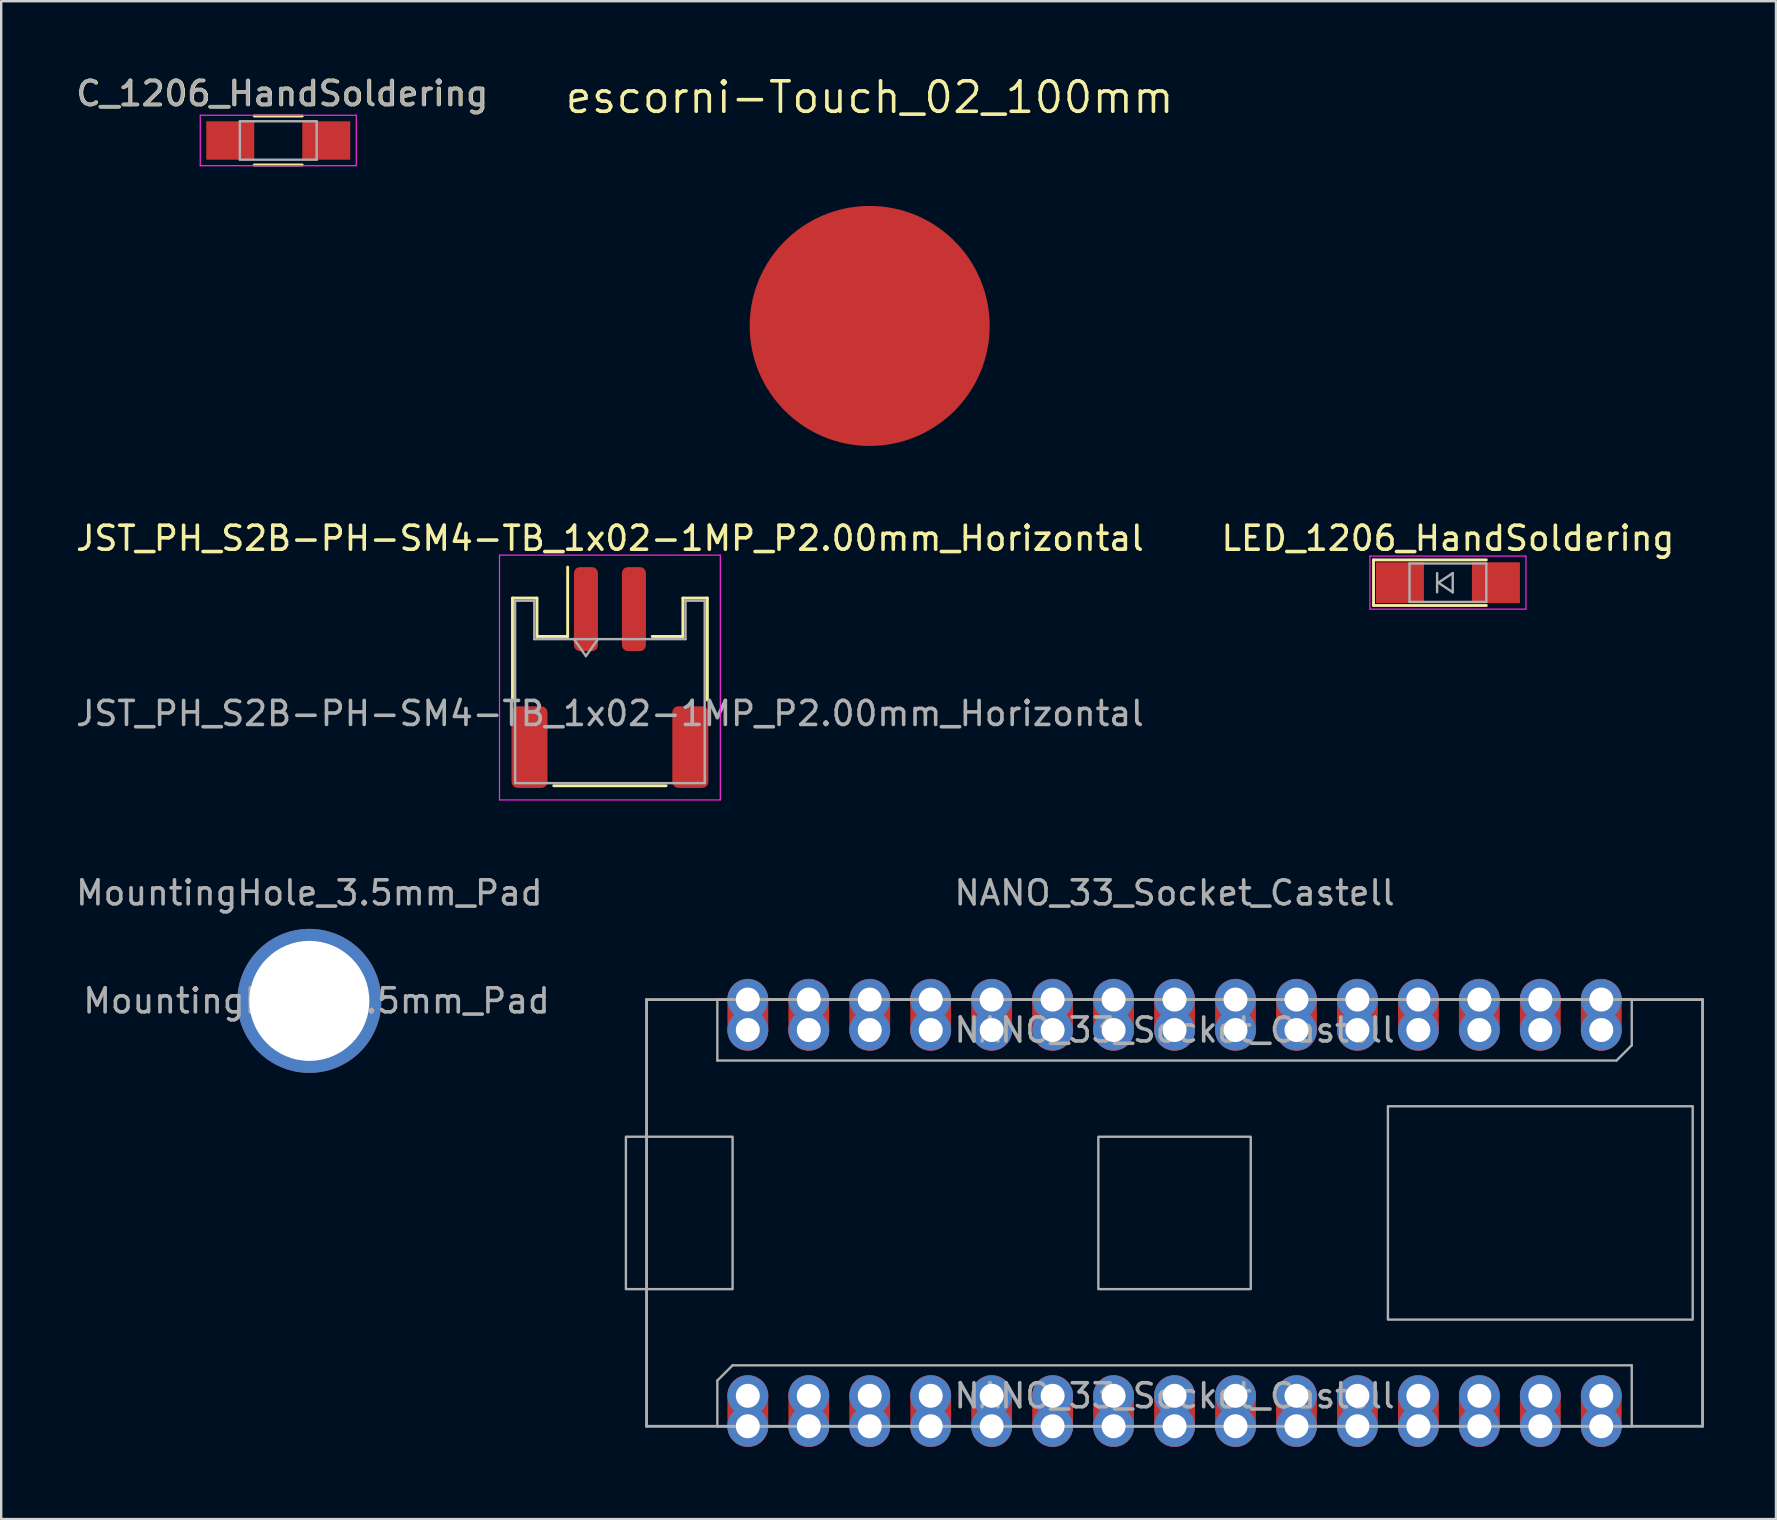
<source format=kicad_pcb>
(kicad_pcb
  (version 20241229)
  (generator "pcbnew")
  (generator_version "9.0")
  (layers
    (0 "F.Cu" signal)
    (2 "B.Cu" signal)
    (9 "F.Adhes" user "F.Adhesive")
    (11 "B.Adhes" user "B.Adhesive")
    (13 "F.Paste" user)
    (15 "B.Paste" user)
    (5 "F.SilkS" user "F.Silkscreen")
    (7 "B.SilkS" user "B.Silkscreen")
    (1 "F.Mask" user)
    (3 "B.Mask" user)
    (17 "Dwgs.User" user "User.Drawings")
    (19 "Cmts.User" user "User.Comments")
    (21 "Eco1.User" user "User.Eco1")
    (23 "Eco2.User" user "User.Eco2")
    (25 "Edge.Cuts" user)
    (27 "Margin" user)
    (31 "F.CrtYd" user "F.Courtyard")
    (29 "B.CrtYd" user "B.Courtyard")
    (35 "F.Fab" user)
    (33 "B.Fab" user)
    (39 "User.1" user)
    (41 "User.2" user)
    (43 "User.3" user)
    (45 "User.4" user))
  (footprint "MountingHole_3.5mm_Pad"
    (layer "F.Cu")
    (at 9.839 38.653)
    (property "Reference" "MountingHole_3.5mm_Pad" (at 0 -4.5 0) (layer "F.Fab") (effects (font (size 1 1) (thickness 0.15))))
    (attr exclude_from_pos_files exclude_from_bom)
    (fp_text user "${REFERENCE}" (at 0.3 0 0) (layer "F.Fab") (effects (font (size 1 1) (thickness 0.15))))
    (pad "1" thru_hole circle (at 0 0) (size 6 6) (drill 5) (layers "*.Cu" "*.Mask")))
  (footprint "C_1206_HandSoldering"
    (layer "F.Cu")
    (at 8.544 2.804)
    (property "Reference" "C_1206_HandSoldering" (at 0.178 -1.956 180) (layer "F.SilkS") (effects (font (size 1 1) (thickness 0.15))))
    (attr smd)
    (fp_line (start -1 1.02) (end 1 1.02) (stroke (width 0.12) (type solid)) (layer "F.SilkS"))
    (fp_line (start 1 -1.02) (end -1 -1.02) (stroke (width 0.12) (type solid)) (layer "F.SilkS"))
    (fp_line (start -3.25 -1.05) (end -3.25 1.05) (stroke (width 0.05) (type solid)) (layer "F.CrtYd"))
    (fp_line (start -3.25 -1.05) (end 3.25 -1.05) (stroke (width 0.05) (type solid)) (layer "F.CrtYd"))
    (fp_line (start 3.25 1.05) (end -3.25 1.05) (stroke (width 0.05) (type solid)) (layer "F.CrtYd"))
    (fp_line (start 3.25 1.05) (end 3.25 -1.05) (stroke (width 0.05) (type solid)) (layer "F.CrtYd"))
    (fp_line (start -1.6 -0.8) (end 1.6 -0.8) (stroke (width 0.1) (type solid)) (layer "F.Fab"))
    (fp_line (start -1.6 0.8) (end -1.6 -0.8) (stroke (width 0.1) (type solid)) (layer "F.Fab"))
    (fp_line (start 1.6 -0.8) (end 1.6 0.8) (stroke (width 0.1) (type solid)) (layer "F.Fab"))
    (fp_line (start 1.6 0.8) (end -1.6 0.8) (stroke (width 0.1) (type solid)) (layer "F.Fab"))
    (fp_text user "${REFERENCE}" (at 0.152 -1.956 180) (layer "F.Fab") (effects (font (size 1 1) (thickness 0.15))))
    (pad "1" smd rect (at -2 0) (size 2 1.6) (layers "F.Cu" "F.Mask" "F.Paste"))
    (pad "2" smd rect (at 2 0) (size 2 1.6) (layers "F.Cu" "F.Mask" "F.Paste")))
  (footprint "NANO_33_Socket_Castell"
    (layer "F.Cu")
    (at 45.889 47.488)
    (property "Reference" "NANO_33_Socket_Castell" (at 0 -13.335 0) (layer "F.Fab") (effects (font (size 1 1) (thickness 0.15))))
    (attr through_hole)
    (fp_line (start -22 -8.89) (end 22 -8.89) (stroke (width 0.12) (type solid)) (layer "F.Fab"))
    (fp_line (start -22 8.89) (end -22 -8.89) (stroke (width 0.12) (type solid)) (layer "F.Fab"))
    (fp_line (start -22 8.89) (end 22 8.89) (stroke (width 0.12) (type solid)) (layer "F.Fab"))
    (fp_line (start -19.05 -8.89) (end 19.05 -8.89) (stroke (width 0.1) (type solid)) (layer "F.Fab"))
    (fp_line (start -19.05 -6.35) (end -19.05 -8.89) (stroke (width 0.1) (type solid)) (layer "F.Fab"))
    (fp_line (start -19.05 6.985) (end -18.415 6.35) (stroke (width 0.1) (type solid)) (layer "F.Fab"))
    (fp_line (start -19.05 8.89) (end -19.05 6.985) (stroke (width 0.1) (type solid)) (layer "F.Fab"))
    (fp_line (start -18.415 6.35) (end 19.05 6.35) (stroke (width 0.1) (type solid)) (layer "F.Fab"))
    (fp_line (start 18.415 -6.35) (end -19.05 -6.35) (stroke (width 0.1) (type solid)) (layer "F.Fab"))
    (fp_line (start 19.05 -8.89) (end 19.05 -6.985) (stroke (width 0.1) (type solid)) (layer "F.Fab"))
    (fp_line (start 19.05 -6.985) (end 18.415 -6.35) (stroke (width 0.1) (type solid)) (layer "F.Fab"))
    (fp_line (start 19.05 6.35) (end 19.05 8.89) (stroke (width 0.1) (type solid)) (layer "F.Fab"))
    (fp_line (start 19.05 8.89) (end -19.05 8.89) (stroke (width 0.1) (type solid)) (layer "F.Fab"))
    (fp_line (start 22 8.89) (end 22 -8.89) (stroke (width 0.12) (type solid)) (layer "F.Fab"))
    (fp_poly (pts (xy -22.86 3.175) (xy -18.415 3.175) (xy -18.415 -3.175) (xy -22.86 -3.175)) (stroke (width 0.1) (type solid)) (fill no) (layer "F.Fab"))
    (fp_poly (pts (xy -3.175 3.175) (xy 3.175 3.175) (xy 3.175 -3.175) (xy -3.175 -3.175)) (stroke (width 0.1) (type solid)) (fill no) (layer "F.Fab"))
    (fp_poly (pts (xy 8.89 4.445) (xy 21.59 4.445) (xy 21.59 -4.445) (xy 8.89 -4.445)) (stroke (width 0.1) (type solid)) (fill no) (layer "F.Fab"))
    (fp_text user "${REFERENCE}" (at 0 -7.62 0) (layer "F.Fab") (effects (font (size 1 1) (thickness 0.15))))
    (fp_text user "${REFERENCE}" (at 0 7.62 180) (layer "F.Fab") (effects (font (size 1 1) (thickness 0.15))))
    (pad "" thru_hole circle (at -17.78 -8.89 270) (size 1.7 1.7) (drill 1) (layers "*.Cu" "*.Mask"))
    (pad "" smd oval (at -17.78 -8.255 270) (size 3 1.7) (layers "F.Cu" "F.Mask"))
    (pad "" smd oval (at -17.78 8.255 90) (size 3 1.7) (layers "F.Cu" "F.Mask"))
    (pad "" thru_hole circle (at -17.78 8.89 90) (size 1.7 1.7) (drill 1) (layers "*.Cu" "*.Mask"))
    (pad "" thru_hole circle (at -15.24 -8.89 270) (size 1.7 1.7) (drill 1) (layers "*.Cu" "*.Mask"))
    (pad "" smd oval (at -15.24 -8.255 270) (size 3 1.7) (layers "F.Cu" "F.Mask"))
    (pad "" smd oval (at -15.24 8.255 90) (size 3 1.7) (layers "F.Cu" "F.Mask"))
    (pad "" thru_hole circle (at -15.24 8.89 90) (size 1.7 1.7) (drill 1) (layers "*.Cu" "*.Mask"))
    (pad "" thru_hole circle (at -12.7 -8.89 270) (size 1.7 1.7) (drill 1) (layers "*.Cu" "*.Mask"))
    (pad "" smd oval (at -12.7 -8.255 270) (size 3 1.7) (layers "F.Cu" "F.Mask"))
    (pad "" smd oval (at -12.7 8.255 90) (size 3 1.7) (layers "F.Cu" "F.Mask"))
    (pad "" thru_hole circle (at -12.7 8.89 90) (size 1.7 1.7) (drill 1) (layers "*.Cu" "*.Mask"))
    (pad "" thru_hole circle (at -10.16 -8.89 270) (size 1.7 1.7) (drill 1) (layers "*.Cu" "*.Mask"))
    (pad "" smd oval (at -10.16 -8.255 270) (size 3 1.7) (layers "F.Cu" "F.Mask"))
    (pad "" smd oval (at -10.16 8.255 90) (size 3 1.7) (layers "F.Cu" "F.Mask"))
    (pad "" thru_hole circle (at -10.16 8.89 90) (size 1.7 1.7) (drill 1) (layers "*.Cu" "*.Mask"))
    (pad "" thru_hole circle (at -7.62 -8.89 270) (size 1.7 1.7) (drill 1) (layers "*.Cu" "*.Mask"))
    (pad "" smd oval (at -7.62 -8.255 270) (size 3 1.7) (layers "F.Cu" "F.Mask"))
    (pad "" smd oval (at -7.62 8.255 90) (size 3 1.7) (layers "F.Cu" "F.Mask"))
    (pad "" thru_hole circle (at -7.62 8.89 90) (size 1.7 1.7) (drill 1) (layers "*.Cu" "*.Mask"))
    (pad "" thru_hole circle (at -5.08 -8.89 270) (size 1.7 1.7) (drill 1) (layers "*.Cu" "*.Mask"))
    (pad "" smd oval (at -5.08 -8.255 270) (size 3 1.7) (layers "F.Cu" "F.Mask"))
    (pad "" smd oval (at -5.08 8.255 90) (size 3 1.7) (layers "F.Cu" "F.Mask"))
    (pad "" thru_hole circle (at -5.08 8.89 90) (size 1.7 1.7) (drill 1) (layers "*.Cu" "*.Mask"))
    (pad "" thru_hole circle (at -2.54 -8.89 270) (size 1.7 1.7) (drill 1) (layers "*.Cu" "*.Mask"))
    (pad "" smd oval (at -2.54 -8.255 270) (size 3 1.7) (layers "F.Cu" "F.Mask"))
    (pad "" smd oval (at -2.54 8.255 90) (size 3 1.7) (layers "F.Cu" "F.Mask"))
    (pad "" thru_hole circle (at -2.54 8.89 90) (size 1.7 1.7) (drill 1) (layers "*.Cu" "*.Mask"))
    (pad "" thru_hole circle (at 0 -8.89 270) (size 1.7 1.7) (drill 1) (layers "*.Cu" "*.Mask"))
    (pad "" smd oval (at 0 -8.255 270) (size 3 1.7) (layers "F.Cu" "F.Mask"))
    (pad "" smd oval (at 0 8.255 90) (size 3 1.7) (layers "F.Cu" "F.Mask"))
    (pad "" thru_hole circle (at 0 8.89 90) (size 1.7 1.7) (drill 1) (layers "*.Cu" "*.Mask"))
    (pad "" thru_hole circle (at 2.54 -8.89 270) (size 1.7 1.7) (drill 1) (layers "*.Cu" "*.Mask"))
    (pad "" smd oval (at 2.54 -8.255 270) (size 3 1.7) (layers "F.Cu" "F.Mask"))
    (pad "" smd oval (at 2.54 8.255 90) (size 3 1.7) (layers "F.Cu" "F.Mask"))
    (pad "" thru_hole circle (at 2.54 8.89 90) (size 1.7 1.7) (drill 1) (layers "*.Cu" "*.Mask"))
    (pad "" thru_hole circle (at 5.08 -8.89 270) (size 1.7 1.7) (drill 1) (layers "*.Cu" "*.Mask"))
    (pad "" smd oval (at 5.08 -8.255 270) (size 3 1.7) (layers "F.Cu" "F.Mask"))
    (pad "" smd oval (at 5.08 8.255 90) (size 3 1.7) (layers "F.Cu" "F.Mask"))
    (pad "" thru_hole circle (at 5.08 8.89 90) (size 1.7 1.7) (drill 1) (layers "*.Cu" "*.Mask"))
    (pad "" thru_hole circle (at 7.62 -8.89 270) (size 1.7 1.7) (drill 1) (layers "*.Cu" "*.Mask"))
    (pad "" smd oval (at 7.62 -8.255 270) (size 3 1.7) (layers "F.Cu" "F.Mask"))
    (pad "" smd oval (at 7.62 8.255 90) (size 3 1.7) (layers "F.Cu" "F.Mask"))
    (pad "" thru_hole circle (at 7.62 8.89 90) (size 1.7 1.7) (drill 1) (layers "*.Cu" "*.Mask"))
    (pad "" thru_hole circle (at 10.16 -8.89 270) (size 1.7 1.7) (drill 1) (layers "*.Cu" "*.Mask"))
    (pad "" smd oval (at 10.16 -8.255 270) (size 3 1.7) (layers "F.Cu" "F.Mask"))
    (pad "" smd oval (at 10.16 8.255 90) (size 3 1.7) (layers "F.Cu" "F.Mask"))
    (pad "" thru_hole circle (at 10.16 8.89 90) (size 1.7 1.7) (drill 1) (layers "*.Cu" "*.Mask"))
    (pad "" thru_hole circle (at 12.7 -8.89 270) (size 1.7 1.7) (drill 1) (layers "*.Cu" "*.Mask"))
    (pad "" smd oval (at 12.7 -8.255 270) (size 3 1.7) (layers "F.Cu" "F.Mask"))
    (pad "" smd oval (at 12.7 8.255 90) (size 3 1.7) (layers "F.Cu" "F.Mask"))
    (pad "" thru_hole circle (at 12.7 8.89 90) (size 1.7 1.7) (drill 1) (layers "*.Cu" "*.Mask"))
    (pad "" thru_hole circle (at 15.24 -8.89 270) (size 1.7 1.7) (drill 1) (layers "*.Cu" "*.Mask"))
    (pad "" smd oval (at 15.24 -8.255 270) (size 3 1.7) (layers "F.Cu" "F.Mask"))
    (pad "" smd oval (at 15.24 8.255 90) (size 3 1.7) (layers "F.Cu" "F.Mask"))
    (pad "" thru_hole circle (at 15.24 8.89 90) (size 1.7 1.7) (drill 1) (layers "*.Cu" "*.Mask"))
    (pad "" thru_hole circle (at 17.78 -8.89 270) (size 1.7 1.7) (drill 1) (layers "*.Cu" "*.Mask"))
    (pad "" smd oval (at 17.78 -8.255 270) (size 3 1.7) (layers "F.Cu" "F.Mask"))
    (pad "" smd oval (at 17.78 8.255 90) (size 3 1.7) (layers "F.Cu" "F.Mask"))
    (pad "" thru_hole circle (at 17.78 8.89 90) (size 1.7 1.7) (drill 1) (layers "*.Cu" "*.Mask"))
    (pad "1" thru_hole circle (at -17.78 7.62 90) (size 1.7 1.7) (drill 1) (layers "*.Cu" "*.Mask"))
    (pad "1" thru_hole circle (at 17.78 -7.62 270) (size 1.7 1.7) (drill 1) (layers "*.Cu" "*.Mask"))
    (pad "2" thru_hole oval (at -15.24 7.62 90) (size 1.7 1.7) (drill 1) (layers "*.Cu" "*.Mask"))
    (pad "2" thru_hole oval (at 15.24 -7.62 270) (size 1.7 1.7) (drill 1) (layers "*.Cu" "*.Mask"))
    (pad "3" thru_hole oval (at -12.7 7.62 90) (size 1.7 1.7) (drill 1) (layers "*.Cu" "*.Mask"))
    (pad "3" thru_hole oval (at 12.7 -7.62 270) (size 1.7 1.7) (drill 1) (layers "*.Cu" "*.Mask"))
    (pad "4" thru_hole oval (at -10.16 7.62 90) (size 1.7 1.7) (drill 1) (layers "*.Cu" "*.Mask"))
    (pad "4" thru_hole oval (at 10.16 -7.62 270) (size 1.7 1.7) (drill 1) (layers "*.Cu" "*.Mask"))
    (pad "5" thru_hole oval (at -7.62 7.62 90) (size 1.7 1.7) (drill 1) (layers "*.Cu" "*.Mask"))
    (pad "5" thru_hole oval (at 7.62 -7.62 270) (size 1.7 1.7) (drill 1) (layers "*.Cu" "*.Mask"))
    (pad "6" thru_hole oval (at -5.08 7.62 90) (size 1.7 1.7) (drill 1) (layers "*.Cu" "*.Mask"))
    (pad "6" thru_hole oval (at 5.08 -7.62 270) (size 1.7 1.7) (drill 1) (layers "*.Cu" "*.Mask"))
    (pad "7" thru_hole oval (at -2.54 7.62 90) (size 1.7 1.7) (drill 1) (layers "*.Cu" "*.Mask"))
    (pad "7" thru_hole oval (at 2.54 -7.62 270) (size 1.7 1.7) (drill 1) (layers "*.Cu" "*.Mask"))
    (pad "8" thru_hole oval (at 0 -7.62 270) (size 1.7 1.7) (drill 1) (layers "*.Cu" "*.Mask"))
    (pad "8" thru_hole oval (at 0 7.62 90) (size 1.7 1.7) (drill 1) (layers "*.Cu" "*.Mask"))
    (pad "9" thru_hole oval (at -2.54 -7.62 270) (size 1.7 1.7) (drill 1) (layers "*.Cu" "*.Mask"))
    (pad "9" thru_hole oval (at 2.54 7.62 90) (size 1.7 1.7) (drill 1) (layers "*.Cu" "*.Mask"))
    (pad "10" thru_hole oval (at -5.08 -7.62 270) (size 1.7 1.7) (drill 1) (layers "*.Cu" "*.Mask"))
    (pad "10" thru_hole oval (at 5.08 7.62 90) (size 1.7 1.7) (drill 1) (layers "*.Cu" "*.Mask"))
    (pad "11" thru_hole oval (at -7.62 -7.62 270) (size 1.7 1.7) (drill 1) (layers "*.Cu" "*.Mask"))
    (pad "11" thru_hole oval (at 7.62 7.62 90) (size 1.7 1.7) (drill 1) (layers "*.Cu" "*.Mask"))
    (pad "12" thru_hole oval (at -10.16 -7.62 270) (size 1.7 1.7) (drill 1) (layers "*.Cu" "*.Mask"))
    (pad "12" thru_hole oval (at 10.16 7.62 90) (size 1.7 1.7) (drill 1) (layers "*.Cu" "*.Mask"))
    (pad "13" thru_hole oval (at -12.7 -7.62 270) (size 1.7 1.7) (drill 1) (layers "*.Cu" "*.Mask"))
    (pad "13" thru_hole oval (at 12.7 7.62 90) (size 1.7 1.7) (drill 1) (layers "*.Cu" "*.Mask"))
    (pad "14" thru_hole oval (at -15.24 -7.62 270) (size 1.7 1.7) (drill 1) (layers "*.Cu" "*.Mask"))
    (pad "14" thru_hole oval (at 15.24 7.62 90) (size 1.7 1.7) (drill 1) (layers "*.Cu" "*.Mask"))
    (pad "15" thru_hole oval (at -17.78 -7.62 270) (size 1.7 1.7) (drill 1) (layers "*.Cu" "*.Mask"))
    (pad "15" thru_hole oval (at 17.78 7.62 90) (size 1.7 1.7) (drill 1) (layers "*.Cu" "*.Mask")))
  (footprint "escorni-Touch_02_100mm"
    (layer "F.Cu")
    (at 33.186 10.531)
    (property "Reference" "escorni-Touch_02_100mm" (at 0 -9.525 0) (layer "F.SilkS") (effects (font (size 1.27 1.27) (thickness 0.15))))
    (attr through_hole)
    (pad "1" smd circle (at 0 0) (size 10 10) (layers "F.Cu")))
  (footprint "LED_1206_HandSoldering"
    (layer "F.Cu")
    (at 57.28 21.229)
    (property "Reference" "LED_1206_HandSoldering" (at 0 -1.85 180) (layer "F.SilkS") (effects (font (size 1 1) (thickness 0.15))))
    (attr smd)
    (fp_line (start -3.1 -0.95) (end -3.1 0.95) (stroke (width 0.12) (type solid)) (layer "F.SilkS"))
    (fp_line (start -3.1 -0.95) (end 1.6 -0.95) (stroke (width 0.12) (type solid)) (layer "F.SilkS"))
    (fp_line (start -3.1 0.95) (end 1.6 0.95) (stroke (width 0.12) (type solid)) (layer "F.SilkS"))
    (fp_line (start -3.25 -1.11) (end -3.25 1.1) (stroke (width 0.05) (type solid)) (layer "F.CrtYd"))
    (fp_line (start -3.25 -1.11) (end 3.25 -1.11) (stroke (width 0.05) (type solid)) (layer "F.CrtYd"))
    (fp_line (start 3.25 1.1) (end -3.25 1.1) (stroke (width 0.05) (type solid)) (layer "F.CrtYd"))
    (fp_line (start 3.25 1.1) (end 3.25 -1.11) (stroke (width 0.05) (type solid)) (layer "F.CrtYd"))
    (fp_line (start -1.6 -0.8) (end 1.6 -0.8) (stroke (width 0.1) (type solid)) (layer "F.Fab"))
    (fp_line (start -1.6 0.8) (end -1.6 -0.8) (stroke (width 0.1) (type solid)) (layer "F.Fab"))
    (fp_line (start -0.45 -0.4) (end -0.45 0.4) (stroke (width 0.1) (type solid)) (layer "F.Fab"))
    (fp_line (start -0.4 0) (end 0.2 -0.4) (stroke (width 0.1) (type solid)) (layer "F.Fab"))
    (fp_line (start 0.2 -0.4) (end 0.2 0.4) (stroke (width 0.1) (type solid)) (layer "F.Fab"))
    (fp_line (start 0.2 0.4) (end -0.4 0) (stroke (width 0.1) (type solid)) (layer "F.Fab"))
    (fp_line (start 1.6 -0.8) (end 1.6 0.8) (stroke (width 0.1) (type solid)) (layer "F.Fab"))
    (fp_line (start 1.6 0.8) (end -1.6 0.8) (stroke (width 0.1) (type solid)) (layer "F.Fab"))
    (pad "1" smd rect (at -2 0) (size 2 1.7) (layers "F.Cu" "F.Mask" "F.Paste"))
    (pad "2" smd rect (at 2 0) (size 2 1.7) (layers "F.Cu" "F.Mask" "F.Paste")))
  (footprint "JST_PH_S2B-PH-SM4-TB_1x02-1MP_P2.00mm_Horizontal"
    (layer "F.Cu")
    (at 22.363 25.179)
    (property "Reference" "JST_PH_S2B-PH-SM4-TB_1x02-1MP_P2.00mm_Horizontal" (at 0 -5.8 180) (layer "F.SilkS") (effects (font (size 1 1) (thickness 0.15))))
    (attr smd)
    (fp_line (start -4.06 -3.31) (end -3.04 -3.31) (stroke (width 0.12) (type solid)) (layer "F.SilkS"))
    (fp_line (start -4.06 0.94) (end -4.06 -3.31) (stroke (width 0.12) (type solid)) (layer "F.SilkS"))
    (fp_line (start -3.04 -3.31) (end -3.04 -1.71) (stroke (width 0.12) (type solid)) (layer "F.SilkS"))
    (fp_line (start -3.04 -1.71) (end -1.76 -1.71) (stroke (width 0.12) (type solid)) (layer "F.SilkS"))
    (fp_line (start -2.34 4.51) (end 2.34 4.51) (stroke (width 0.12) (type solid)) (layer "F.SilkS"))
    (fp_line (start -1.76 -1.71) (end -1.76 -4.6) (stroke (width 0.12) (type solid)) (layer "F.SilkS"))
    (fp_line (start 3.04 -3.31) (end 3.04 -1.71) (stroke (width 0.12) (type solid)) (layer "F.SilkS"))
    (fp_line (start 3.04 -1.71) (end 1.76 -1.71) (stroke (width 0.12) (type solid)) (layer "F.SilkS"))
    (fp_line (start 4.06 -3.31) (end 3.04 -3.31) (stroke (width 0.12) (type solid)) (layer "F.SilkS"))
    (fp_line (start 4.06 0.94) (end 4.06 -3.31) (stroke (width 0.12) (type solid)) (layer "F.SilkS"))
    (fp_line (start -4.6 -5.1) (end -4.6 5.1) (stroke (width 0.05) (type solid)) (layer "F.CrtYd"))
    (fp_line (start -4.6 5.1) (end 4.6 5.1) (stroke (width 0.05) (type solid)) (layer "F.CrtYd"))
    (fp_line (start 4.6 -5.1) (end -4.6 -5.1) (stroke (width 0.05) (type solid)) (layer "F.CrtYd"))
    (fp_line (start 4.6 5.1) (end 4.6 -5.1) (stroke (width 0.05) (type solid)) (layer "F.CrtYd"))
    (fp_line (start -3.95 -3.2) (end -3.95 4.4) (stroke (width 0.1) (type solid)) (layer "F.Fab"))
    (fp_line (start -3.95 -3.2) (end -3.15 -3.2) (stroke (width 0.1) (type solid)) (layer "F.Fab"))
    (fp_line (start -3.95 4.4) (end 3.95 4.4) (stroke (width 0.1) (type solid)) (layer "F.Fab"))
    (fp_line (start -3.15 -3.2) (end -3.15 -1.6) (stroke (width 0.1) (type solid)) (layer "F.Fab"))
    (fp_line (start -3.15 -1.6) (end 3.15 -1.6) (stroke (width 0.1) (type solid)) (layer "F.Fab"))
    (fp_line (start -1.5 -1.6) (end -1 -0.893) (stroke (width 0.1) (type solid)) (layer "F.Fab"))
    (fp_line (start -1 -0.893) (end -0.5 -1.6) (stroke (width 0.1) (type solid)) (layer "F.Fab"))
    (fp_line (start 3.15 -3.2) (end 3.95 -3.2) (stroke (width 0.1) (type solid)) (layer "F.Fab"))
    (fp_line (start 3.15 -1.6) (end 3.15 -3.2) (stroke (width 0.1) (type solid)) (layer "F.Fab"))
    (fp_line (start 3.95 -3.2) (end 3.95 4.4) (stroke (width 0.1) (type solid)) (layer "F.Fab"))
    (fp_text user "${REFERENCE}" (at 0 1.5 180) (layer "F.Fab") (effects (font (size 1 1) (thickness 0.15))))
    (pad "1" smd roundrect (at -1 -2.85) (size 1 3.5) (layers "F.Cu" "F.Mask" "F.Paste") (roundrect_rratio 0.25))
    (pad "2" smd roundrect (at 1 -2.85) (size 1 3.5) (layers "F.Cu" "F.Mask" "F.Paste") (roundrect_rratio 0.25))
    (pad "MP" smd roundrect (at -3.35 2.9) (size 1.5 3.4) (layers "F.Cu" "F.Mask" "F.Paste") (roundrect_rratio 0.167))
    (pad "MP" smd roundrect (at 3.35 2.9) (size 1.5 3.4) (layers "F.Cu" "F.Mask" "F.Paste") (roundrect_rratio 0.167)))
  (gr_rect
    (start -3 -3)
    (end 70.949 60.243)
    (stroke (width 0.1) (type default))
    (fill no)
    (layer "Edge.Cuts")))
</source>
